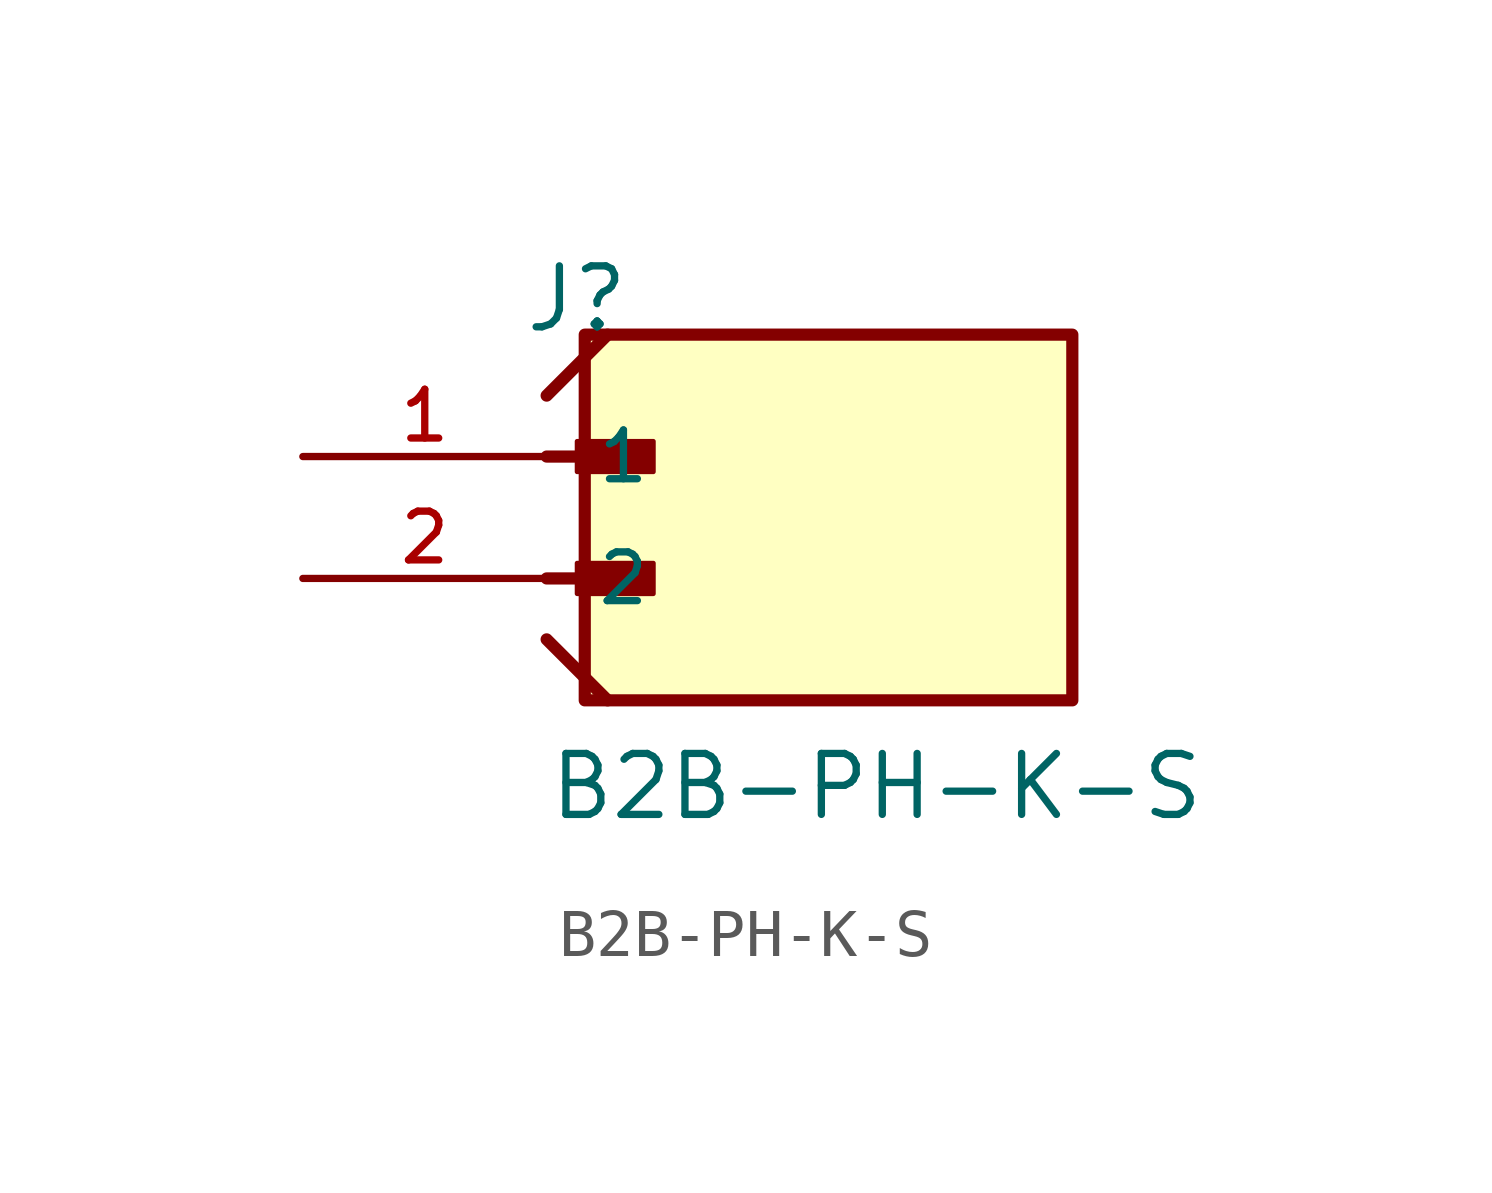
<source format=kicad_sym>
(kicad_symbol_lib
  (version 20231120)
  (generator "kicad_symbol_editor")
  (generator_version "8.0")
  (symbol "B2B-PH-K-S"
    (pin_names
      (offset 1.016))
    (property "Reference" "J"
      (at -5.58 5.08 0)
      (effects (font (size 1.27 1.27)) (justify left bottom)))
    (property "Value" "B2B-PH-K-S"
      (at -5.08 -5.08 0)
      (effects (font (size 1.27 1.27)) (justify left bottom)))
    (symbol "B2B-PH-K-S_0_0"
      (rectangle (start -4.445 -0.318) (end -2.857 0.318) (stroke (width 0.1) (type default)) (fill (type outline)))
      (rectangle (start -4.445 2.223) (end -2.857 2.857) (stroke (width 0.1) (type default)) (fill (type outline)))
      (rectangle (start -4.286 -2.54) (end 5.874 5.08) (stroke (width 0.254) (type default)) (fill (type background)))
      (polyline (pts (xy -5.08 -1.27) (xy -3.81 -2.54)) (stroke (width 0.254) (type default)) (fill (type none)))
      (polyline (pts (xy -5.08 0) (xy -3.175 0)) (stroke (width 0.254) (type default)) (fill (type none)))
      (polyline (pts (xy -5.08 2.54) (xy -3.175 2.54)) (stroke (width 0.254) (type default)) (fill (type none)))
      (polyline (pts (xy -5.08 3.81) (xy -3.81 5.08)) (stroke (width 0.254) (type default)) (fill (type none)))
      (pin passive line (at -10.16 2.54 0) (length 5.08) (name "1" (effects (font (size 1.016 1.016)))) (number "1" (effects (font (size 1.016 1.016)))))
      (pin passive line (at -10.16 0 0) (length 5.08) (name "2" (effects (font (size 1.016 1.016)))) (number "2" (effects (font (size 1.016 1.016))))))))
</source>
